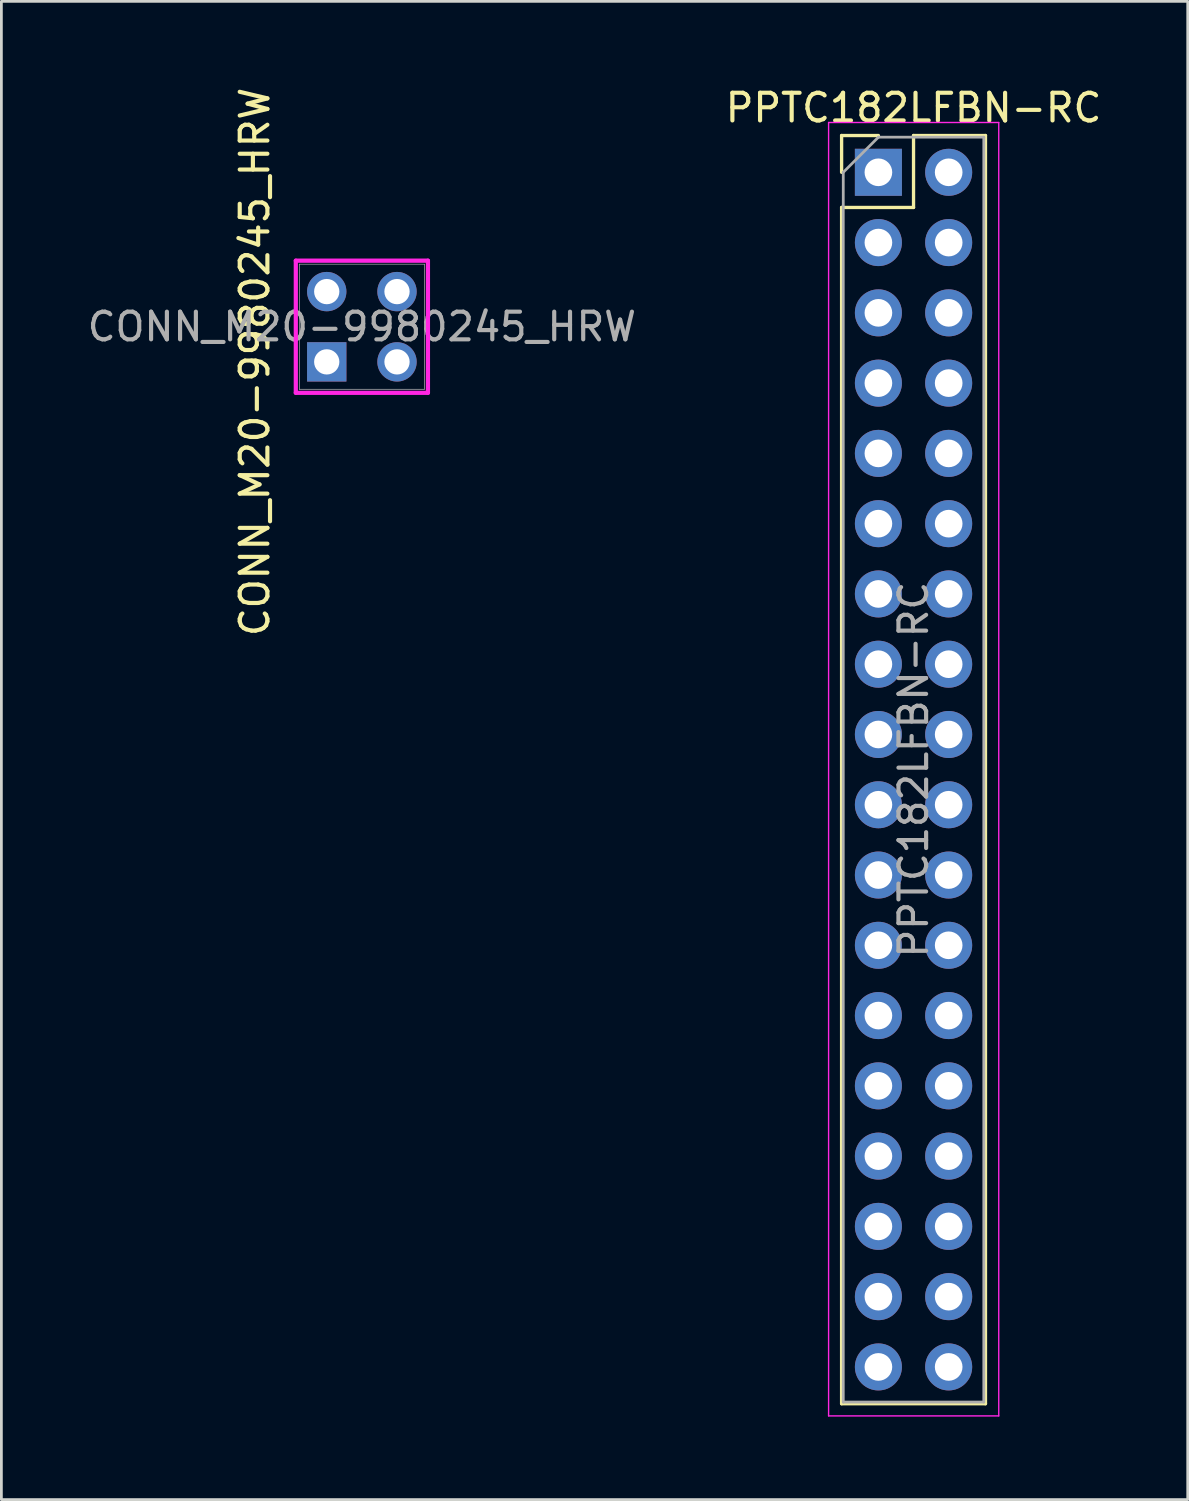
<source format=kicad_pcb>
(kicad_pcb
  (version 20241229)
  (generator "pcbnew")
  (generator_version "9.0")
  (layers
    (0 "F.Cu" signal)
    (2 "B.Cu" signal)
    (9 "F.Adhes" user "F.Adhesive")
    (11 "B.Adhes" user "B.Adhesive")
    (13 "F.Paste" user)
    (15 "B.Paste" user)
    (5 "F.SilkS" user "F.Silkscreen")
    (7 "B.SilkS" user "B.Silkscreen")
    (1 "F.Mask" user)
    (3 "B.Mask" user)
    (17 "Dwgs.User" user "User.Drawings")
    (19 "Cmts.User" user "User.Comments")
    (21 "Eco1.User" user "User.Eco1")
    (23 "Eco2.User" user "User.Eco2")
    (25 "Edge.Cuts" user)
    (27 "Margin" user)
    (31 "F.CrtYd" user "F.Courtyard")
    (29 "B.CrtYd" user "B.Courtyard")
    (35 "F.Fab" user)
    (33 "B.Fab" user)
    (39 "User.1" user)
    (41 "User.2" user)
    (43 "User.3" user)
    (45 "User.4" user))
  (footprint "CONN_M20-9980245_HRW"
    (layer "F.Cu")
    (at 8.76 10.03)
    (property "Reference" "CONN_M20-9980245_HRW" (at -2.6 0 90) (unlocked yes) (layer "F.SilkS") (effects (font (size 1 1) (thickness 0.15))))
    (attr through_hole)
    (fp_line (start -1.118 -3.658) (end -1.118 1.118) (stroke (width 0.152) (type solid)) (layer "F.CrtYd"))
    (fp_line (start -1.118 1.118) (end 3.658 1.118) (stroke (width 0.152) (type solid)) (layer "F.CrtYd"))
    (fp_line (start 3.658 -3.658) (end -1.118 -3.658) (stroke (width 0.152) (type solid)) (layer "F.CrtYd"))
    (fp_line (start 3.658 1.118) (end 3.658 -3.658) (stroke (width 0.152) (type solid)) (layer "F.CrtYd"))
    (fp_line (start -0.991 -3.531) (end -0.991 0.991) (stroke (width 0.025) (type solid)) (layer "F.Fab"))
    (fp_line (start -0.991 0.991) (end 3.531 0.991) (stroke (width 0.025) (type solid)) (layer "F.Fab"))
    (fp_line (start 3.531 -3.531) (end -0.991 -3.531) (stroke (width 0.025) (type solid)) (layer "F.Fab"))
    (fp_line (start 3.531 0.991) (end 3.531 -3.531) (stroke (width 0.025) (type solid)) (layer "F.Fab"))
    (fp_text user "${REFERENCE}" (at 1.27 -1.27 0) (unlocked yes) (layer "F.Fab") (effects (font (size 1 1) (thickness 0.15))))
    (pad "1" thru_hole rect (at 0 0) (size 1.422 1.422) (drill 0.914) (layers "*.Cu" "*.Mask"))
    (pad "2" thru_hole circle (at 0 -2.54) (size 1.422 1.422) (drill 0.914) (layers "*.Cu" "*.Mask"))
    (pad "3" thru_hole circle (at 2.54 0) (size 1.422 1.422) (drill 0.914) (layers "*.Cu" "*.Mask"))
    (pad "4" thru_hole circle (at 2.54 -2.54) (size 1.422 1.422) (drill 0.914) (layers "*.Cu" "*.Mask")))
  (footprint "PPTC182LFBN-RC"
    (layer "F.Cu")
    (at 28.7 3.178)
    (property "Reference" "PPTC182LFBN-RC" (at 1.27 -2.33 0) (layer "F.SilkS") (effects (font (size 1 1) (thickness 0.15))))
    (attr through_hole)
    (fp_line (start -1.33 -1.33) (end 0 -1.33) (stroke (width 0.12) (type solid)) (layer "F.SilkS"))
    (fp_line (start -1.33 0) (end -1.33 -1.33) (stroke (width 0.12) (type solid)) (layer "F.SilkS"))
    (fp_line (start -1.33 1.27) (end -1.33 44.51) (stroke (width 0.12) (type solid)) (layer "F.SilkS"))
    (fp_line (start -1.33 1.27) (end 1.27 1.27) (stroke (width 0.12) (type solid)) (layer "F.SilkS"))
    (fp_line (start -1.33 44.51) (end 3.87 44.51) (stroke (width 0.12) (type solid)) (layer "F.SilkS"))
    (fp_line (start 1.27 -1.33) (end 3.87 -1.33) (stroke (width 0.12) (type solid)) (layer "F.SilkS"))
    (fp_line (start 1.27 1.27) (end 1.27 -1.33) (stroke (width 0.12) (type solid)) (layer "F.SilkS"))
    (fp_line (start 3.87 -1.33) (end 3.87 44.51) (stroke (width 0.12) (type solid)) (layer "F.SilkS"))
    (fp_line (start -1.8 -1.8) (end -1.8 44.95) (stroke (width 0.05) (type solid)) (layer "F.CrtYd"))
    (fp_line (start -1.8 44.95) (end 4.35 44.95) (stroke (width 0.05) (type solid)) (layer "F.CrtYd"))
    (fp_line (start 4.35 -1.8) (end -1.8 -1.8) (stroke (width 0.05) (type solid)) (layer "F.CrtYd"))
    (fp_line (start 4.35 44.95) (end 4.35 -1.8) (stroke (width 0.05) (type solid)) (layer "F.CrtYd"))
    (fp_line (start -1.27 0) (end 0 -1.27) (stroke (width 0.1) (type solid)) (layer "F.Fab"))
    (fp_line (start -1.27 44.45) (end -1.27 0) (stroke (width 0.1) (type solid)) (layer "F.Fab"))
    (fp_line (start 0 -1.27) (end 3.81 -1.27) (stroke (width 0.1) (type solid)) (layer "F.Fab"))
    (fp_line (start 3.81 -1.27) (end 3.81 44.45) (stroke (width 0.1) (type solid)) (layer "F.Fab"))
    (fp_line (start 3.81 44.45) (end -1.27 44.45) (stroke (width 0.1) (type solid)) (layer "F.Fab"))
    (fp_text user "${REFERENCE}" (at 1.27 21.59 90) (layer "F.Fab") (effects (font (size 1 1) (thickness 0.15))))
    (pad "1" thru_hole rect (at 0 0) (size 1.7 1.7) (drill 1) (layers "*.Cu" "*.Mask"))
    (pad "2" thru_hole oval (at 2.54 0) (size 1.7 1.7) (drill 1) (layers "*.Cu" "*.Mask"))
    (pad "3" thru_hole oval (at 0 2.54) (size 1.7 1.7) (drill 1) (layers "*.Cu" "*.Mask"))
    (pad "4" thru_hole oval (at 2.54 2.54) (size 1.7 1.7) (drill 1) (layers "*.Cu" "*.Mask"))
    (pad "5" thru_hole oval (at 0 5.08) (size 1.7 1.7) (drill 1) (layers "*.Cu" "*.Mask"))
    (pad "6" thru_hole oval (at 2.54 5.08) (size 1.7 1.7) (drill 1) (layers "*.Cu" "*.Mask"))
    (pad "7" thru_hole oval (at 0 7.62) (size 1.7 1.7) (drill 1) (layers "*.Cu" "*.Mask"))
    (pad "8" thru_hole oval (at 2.54 7.62) (size 1.7 1.7) (drill 1) (layers "*.Cu" "*.Mask"))
    (pad "9" thru_hole oval (at 0 10.16) (size 1.7 1.7) (drill 1) (layers "*.Cu" "*.Mask"))
    (pad "10" thru_hole oval (at 2.54 10.16) (size 1.7 1.7) (drill 1) (layers "*.Cu" "*.Mask"))
    (pad "11" thru_hole oval (at 0 12.7) (size 1.7 1.7) (drill 1) (layers "*.Cu" "*.Mask"))
    (pad "12" thru_hole oval (at 2.54 12.7) (size 1.7 1.7) (drill 1) (layers "*.Cu" "*.Mask"))
    (pad "13" thru_hole oval (at 0 15.24) (size 1.7 1.7) (drill 1) (layers "*.Cu" "*.Mask"))
    (pad "14" thru_hole oval (at 2.54 15.24) (size 1.7 1.7) (drill 1) (layers "*.Cu" "*.Mask"))
    (pad "15" thru_hole oval (at 0 17.78) (size 1.7 1.7) (drill 1) (layers "*.Cu" "*.Mask"))
    (pad "16" thru_hole oval (at 2.54 17.78) (size 1.7 1.7) (drill 1) (layers "*.Cu" "*.Mask"))
    (pad "17" thru_hole oval (at 0 20.32) (size 1.7 1.7) (drill 1) (layers "*.Cu" "*.Mask"))
    (pad "18" thru_hole oval (at 2.54 20.32) (size 1.7 1.7) (drill 1) (layers "*.Cu" "*.Mask"))
    (pad "19" thru_hole oval (at 0 22.86) (size 1.7 1.7) (drill 1) (layers "*.Cu" "*.Mask"))
    (pad "20" thru_hole oval (at 2.54 22.86) (size 1.7 1.7) (drill 1) (layers "*.Cu" "*.Mask"))
    (pad "21" thru_hole oval (at 0 25.4) (size 1.7 1.7) (drill 1) (layers "*.Cu" "*.Mask"))
    (pad "22" thru_hole oval (at 2.54 25.4) (size 1.7 1.7) (drill 1) (layers "*.Cu" "*.Mask"))
    (pad "23" thru_hole oval (at 0 27.94) (size 1.7 1.7) (drill 1) (layers "*.Cu" "*.Mask"))
    (pad "24" thru_hole oval (at 2.54 27.94) (size 1.7 1.7) (drill 1) (layers "*.Cu" "*.Mask"))
    (pad "25" thru_hole oval (at 0 30.48) (size 1.7 1.7) (drill 1) (layers "*.Cu" "*.Mask"))
    (pad "26" thru_hole oval (at 2.54 30.48) (size 1.7 1.7) (drill 1) (layers "*.Cu" "*.Mask"))
    (pad "27" thru_hole oval (at 0 33.02) (size 1.7 1.7) (drill 1) (layers "*.Cu" "*.Mask"))
    (pad "28" thru_hole oval (at 2.54 33.02) (size 1.7 1.7) (drill 1) (layers "*.Cu" "*.Mask"))
    (pad "29" thru_hole oval (at 0 35.56) (size 1.7 1.7) (drill 1) (layers "*.Cu" "*.Mask"))
    (pad "30" thru_hole oval (at 2.54 35.56) (size 1.7 1.7) (drill 1) (layers "*.Cu" "*.Mask"))
    (pad "31" thru_hole oval (at 0 38.1) (size 1.7 1.7) (drill 1) (layers "*.Cu" "*.Mask"))
    (pad "32" thru_hole oval (at 2.54 38.1) (size 1.7 1.7) (drill 1) (layers "*.Cu" "*.Mask"))
    (pad "33" thru_hole oval (at 0 40.64) (size 1.7 1.7) (drill 1) (layers "*.Cu" "*.Mask"))
    (pad "34" thru_hole oval (at 2.54 40.64) (size 1.7 1.7) (drill 1) (layers "*.Cu" "*.Mask"))
    (pad "35" thru_hole oval (at 0 43.18) (size 1.7 1.7) (drill 1) (layers "*.Cu" "*.Mask"))
    (pad "36" thru_hole oval (at 2.54 43.18) (size 1.7 1.7) (drill 1) (layers "*.Cu" "*.Mask")))
  (gr_rect
    (start -3 -3)
    (end 39.881 51.153)
    (stroke (width 0.1) (type default))
    (fill no)
    (layer "Edge.Cuts")))
</source>
